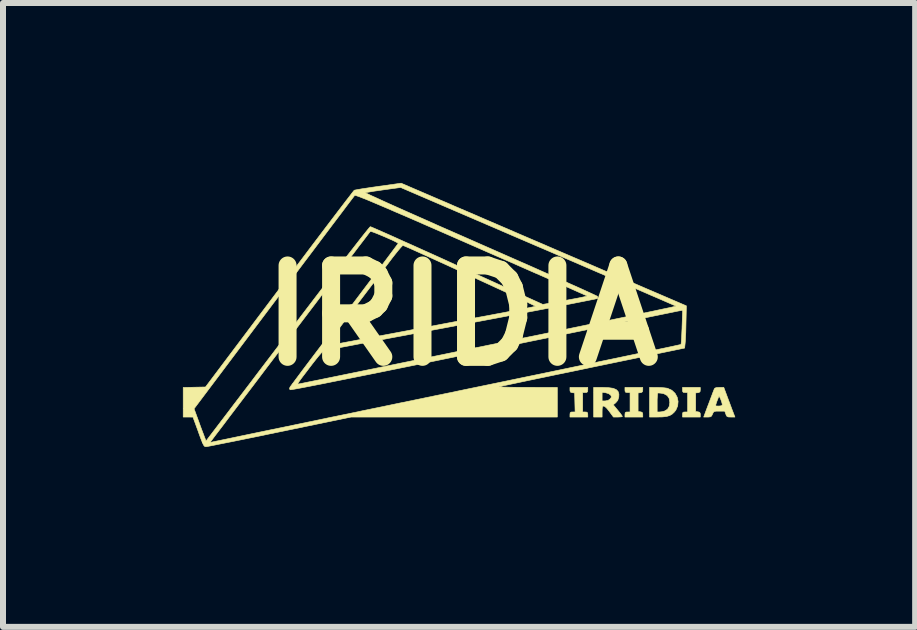
<source format=kicad_pcb>
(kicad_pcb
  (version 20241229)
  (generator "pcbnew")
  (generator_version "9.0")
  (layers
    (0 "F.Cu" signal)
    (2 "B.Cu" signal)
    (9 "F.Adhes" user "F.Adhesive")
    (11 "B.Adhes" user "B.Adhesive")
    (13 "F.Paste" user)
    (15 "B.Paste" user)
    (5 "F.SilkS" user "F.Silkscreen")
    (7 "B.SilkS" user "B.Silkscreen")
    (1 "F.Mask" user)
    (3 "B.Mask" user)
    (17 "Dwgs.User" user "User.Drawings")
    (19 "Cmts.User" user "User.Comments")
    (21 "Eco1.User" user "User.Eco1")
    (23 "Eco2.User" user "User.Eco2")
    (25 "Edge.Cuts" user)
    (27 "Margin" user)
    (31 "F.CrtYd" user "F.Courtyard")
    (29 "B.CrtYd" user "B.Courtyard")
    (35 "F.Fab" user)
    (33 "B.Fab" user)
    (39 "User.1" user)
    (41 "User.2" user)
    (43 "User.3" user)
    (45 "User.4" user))
  (footprint "IRIDIA"
    (layer "F.Cu")
    (at 4.648 2.211)
    (property "Reference" "IRIDIA" (at 0 0 0) (layer "F.SilkS") (effects (font (size 1.524 1.524) (thickness 0.3))))
    (attr through_hole)
    (fp_poly (pts (xy 2.103 1.242) (xy 2.099 1.272) (xy 2.083 1.283) (xy 2.06 1.284) (xy 2.018 1.284) (xy 2.018 1.609) (xy 2.06 1.609) (xy 2.09 1.612) (xy 2.101 1.629) (xy 2.103 1.651) (xy 2.103 1.693) (xy 1.806 1.693) (xy 1.806 1.651) (xy 1.81 1.621) (xy 1.826 1.61) (xy 1.849 1.609) (xy 1.892 1.609) (xy 1.884 1.291) (xy 1.845 1.287) (xy 1.817 1.279) (xy 1.807 1.257) (xy 1.806 1.241) (xy 1.806 1.199) (xy 2.103 1.199) (xy 2.103 1.242)) (stroke (width 0.01) (type solid)) (fill yes) (layer "F.SilkS"))
    (fp_poly (pts (xy 3.02 1.241) (xy 3.015 1.271) (xy 2.996 1.284) (xy 2.981 1.287) (xy 2.942 1.291) (xy 2.942 1.602) (xy 2.981 1.606) (xy 3.009 1.614) (xy 3.019 1.636) (xy 3.02 1.652) (xy 3.02 1.693) (xy 2.723 1.693) (xy 2.723 1.651) (xy 2.727 1.621) (xy 2.743 1.61) (xy 2.766 1.609) (xy 2.808 1.609) (xy 2.808 1.284) (xy 2.766 1.284) (xy 2.736 1.281) (xy 2.725 1.264) (xy 2.723 1.242) (xy 2.723 1.199) (xy 3.02 1.199) (xy 3.02 1.241)) (stroke (width 0.01) (type solid)) (fill yes) (layer "F.SilkS"))
    (fp_poly (pts (xy 3.979 1.241) (xy 3.975 1.271) (xy 3.956 1.284) (xy 3.941 1.287) (xy 3.902 1.291) (xy 3.902 1.602) (xy 3.941 1.606) (xy 3.969 1.614) (xy 3.979 1.636) (xy 3.979 1.652) (xy 3.979 1.693) (xy 3.683 1.693) (xy 3.683 1.651) (xy 3.686 1.621) (xy 3.703 1.61) (xy 3.725 1.609) (xy 3.768 1.609) (xy 3.768 1.284) (xy 3.725 1.284) (xy 3.695 1.281) (xy 3.684 1.264) (xy 3.683 1.242) (xy 3.683 1.199) (xy 3.979 1.199) (xy 3.979 1.241)) (stroke (width 0.01) (type solid)) (fill yes) (layer "F.SilkS"))
    (fp_poly (pts (xy 3.256 1.2) (xy 3.32 1.201) (xy 3.38 1.206) (xy 3.425 1.212) (xy 3.433 1.214) (xy 3.505 1.247) (xy 3.559 1.298) (xy 3.594 1.362) (xy 3.609 1.433) (xy 3.602 1.507) (xy 3.572 1.577) (xy 3.547 1.609) (xy 3.51 1.644) (xy 3.469 1.668) (xy 3.418 1.683) (xy 3.351 1.691) (xy 3.263 1.693) (xy 3.133 1.693) (xy 3.133 1.454) (xy 3.26 1.454) (xy 3.26 1.609) (xy 3.3 1.609) (xy 3.343 1.604) (xy 3.384 1.593) (xy 3.433 1.563) (xy 3.462 1.513) (xy 3.471 1.448) (xy 3.46 1.382) (xy 3.428 1.335) (xy 3.373 1.305) (xy 3.344 1.298) (xy 3.304 1.293) (xy 3.276 1.292) (xy 3.27 1.293) (xy 3.266 1.309) (xy 3.263 1.347) (xy 3.26 1.402) (xy 3.26 1.454) (xy 3.133 1.454) (xy 3.133 1.199) (xy 3.256 1.2)) (stroke (width 0.01) (type solid)) (fill yes) (layer "F.SilkS"))
    (fp_poly (pts (xy 2.45 1.203) (xy 2.525 1.214) (xy 2.577 1.235) (xy 2.608 1.266) (xy 2.622 1.31) (xy 2.62 1.36) (xy 2.603 1.415) (xy 2.57 1.454) (xy 2.528 1.489) (xy 2.604 1.581) (xy 2.639 1.624) (xy 2.665 1.659) (xy 2.679 1.68) (xy 2.68 1.683) (xy 2.668 1.689) (xy 2.636 1.692) (xy 2.606 1.693) (xy 2.531 1.693) (xy 2.464 1.602) (xy 2.423 1.55) (xy 2.39 1.519) (xy 2.37 1.51) (xy 2.355 1.513) (xy 2.347 1.527) (xy 2.343 1.557) (xy 2.342 1.602) (xy 2.342 1.693) (xy 2.201 1.693) (xy 2.201 1.425) (xy 2.342 1.425) (xy 2.392 1.425) (xy 2.442 1.415) (xy 2.469 1.397) (xy 2.49 1.373) (xy 2.498 1.357) (xy 2.485 1.327) (xy 2.451 1.303) (xy 2.402 1.288) (xy 2.402 1.288) (xy 2.342 1.28) (xy 2.342 1.425) (xy 2.201 1.425) (xy 2.201 1.199) (xy 2.35 1.199) (xy 2.45 1.203)) (stroke (width 0.01) (type solid)) (fill yes) (layer "F.SilkS"))
    (fp_poly (pts (xy 4.438 1.379) (xy 4.466 1.453) (xy 4.492 1.523) (xy 4.514 1.582) (xy 4.53 1.623) (xy 4.531 1.626) (xy 4.557 1.693) (xy 4.49 1.693) (xy 4.449 1.692) (xy 4.426 1.684) (xy 4.412 1.664) (xy 4.405 1.644) (xy 4.387 1.595) (xy 4.295 1.595) (xy 4.246 1.595) (xy 4.217 1.599) (xy 4.2 1.61) (xy 4.188 1.632) (xy 4.183 1.644) (xy 4.168 1.675) (xy 4.149 1.689) (xy 4.116 1.693) (xy 4.099 1.693) (xy 4.036 1.693) (xy 4.078 1.58) (xy 4.106 1.505) (xy 4.233 1.505) (xy 4.246 1.508) (xy 4.277 1.51) (xy 4.29 1.51) (xy 4.331 1.505) (xy 4.346 1.492) (xy 4.346 1.491) (xy 4.342 1.463) (xy 4.331 1.427) (xy 4.317 1.39) (xy 4.303 1.361) (xy 4.292 1.349) (xy 4.29 1.35) (xy 4.281 1.367) (xy 4.267 1.402) (xy 4.252 1.442) (xy 4.24 1.48) (xy 4.234 1.503) (xy 4.233 1.505) (xy 4.106 1.505) (xy 4.111 1.493) (xy 4.142 1.41) (xy 4.17 1.336) (xy 4.192 1.277) (xy 4.208 1.237) (xy 4.212 1.224) (xy 4.226 1.209) (xy 4.254 1.201) (xy 4.296 1.199) (xy 4.371 1.199) (xy 4.438 1.379)) (stroke (width 0.01) (type solid)) (fill yes) (layer "F.SilkS"))
    (fp_poly (pts (xy -0.367 -1.93) (xy -0.251 -1.881) (xy -0.114 -1.821) (xy 0.043 -1.754) (xy 0.216 -1.68) (xy 0.4 -1.6) (xy 0.593 -1.517) (xy 0.791 -1.432) (xy 0.99 -1.346) (xy 1.188 -1.261) (xy 1.38 -1.179) (xy 1.432 -1.156) (xy 1.62 -1.075) (xy 1.813 -0.992) (xy 2.007 -0.909) (xy 2.2 -0.826) (xy 2.387 -0.745) (xy 2.567 -0.668) (xy 2.734 -0.596) (xy 2.887 -0.531) (xy 3.021 -0.473) (xy 3.134 -0.424) (xy 3.168 -0.41) (xy 3.747 -0.161) (xy 3.741 0.107) (xy 3.739 0.197) (xy 3.737 0.285) (xy 3.733 0.362) (xy 3.73 0.423) (xy 3.727 0.458) (xy 3.718 0.543) (xy 2.18 0.861) (xy 1.976 0.904) (xy 1.779 0.945) (xy 1.592 0.983) (xy 1.416 1.02) (xy 1.253 1.054) (xy 1.104 1.085) (xy 0.972 1.113) (xy 0.859 1.137) (xy 0.765 1.157) (xy 0.693 1.172) (xy 0.645 1.183) (xy 0.622 1.188) (xy 0.621 1.189) (xy 0.629 1.191) (xy 0.663 1.193) (xy 0.719 1.194) (xy 0.794 1.196) (xy 0.886 1.197) (xy 0.991 1.198) (xy 1.097 1.198) (xy 1.595 1.199) (xy 1.595 1.693) (xy -1.843 1.693) (xy -3.035 1.94) (xy -3.215 1.977) (xy -3.387 2.013) (xy -3.55 2.046) (xy -3.701 2.077) (xy -3.839 2.105) (xy -3.961 2.129) (xy -4.066 2.15) (xy -4.15 2.167) (xy -4.213 2.179) (xy -4.251 2.186) (xy -4.263 2.187) (xy -4.277 2.186) (xy -4.289 2.179) (xy -4.301 2.164) (xy -4.315 2.137) (xy -4.325 2.114) (xy -4.186 2.114) (xy -4.168 2.112) (xy -4.152 2.108) (xy -4.11 2.099) (xy -4.042 2.085) (xy -3.95 2.066) (xy -3.835 2.042) (xy -3.697 2.013) (xy -3.539 1.98) (xy -3.361 1.943) (xy -3.164 1.902) (xy -2.949 1.858) (xy -2.718 1.81) (xy -2.472 1.759) (xy -2.211 1.704) (xy -1.937 1.648) (xy -1.651 1.588) (xy -1.354 1.527) (xy -1.047 1.463) (xy -0.731 1.398) (xy -0.408 1.331) (xy -0.247 1.298) (xy 0.079 1.23) (xy 0.399 1.164) (xy 0.709 1.1) (xy 1.011 1.037) (xy 1.302 0.977) (xy 1.581 0.919) (xy 1.848 0.863) (xy 2.1 0.811) (xy 2.338 0.761) (xy 2.56 0.715) (xy 2.765 0.672) (xy 2.951 0.633) (xy 3.118 0.598) (xy 3.265 0.567) (xy 3.39 0.541) (xy 3.493 0.519) (xy 3.571 0.502) (xy 3.625 0.49) (xy 3.653 0.484) (xy 3.657 0.483) (xy 3.66 0.466) (xy 3.664 0.426) (xy 3.668 0.366) (xy 3.671 0.292) (xy 3.675 0.207) (xy 3.675 0.193) (xy 3.685 -0.088) (xy 3.631 -0.078) (xy 3.613 -0.075) (xy 3.568 -0.066) (xy 3.497 -0.051) (xy 3.403 -0.032) (xy 3.286 -0.008) (xy 3.148 0.02) (xy 2.99 0.053) (xy 2.812 0.089) (xy 2.617 0.129) (xy 2.406 0.172) (xy 2.179 0.219) (xy 1.938 0.268) (xy 1.684 0.32) (xy 1.419 0.375) (xy 1.144 0.431) (xy 0.86 0.49) (xy 0.568 0.55) (xy 0.367 0.591) (xy -0.041 0.675) (xy -0.422 0.753) (xy -0.775 0.826) (xy -1.1 0.892) (xy -1.398 0.953) (xy -1.668 1.007) (xy -1.911 1.056) (xy -2.126 1.099) (xy -2.314 1.137) (xy -2.473 1.168) (xy -2.606 1.194) (xy -2.711 1.214) (xy -2.788 1.228) (xy -2.837 1.236) (xy -2.86 1.238) (xy -2.861 1.238) (xy -2.871 1.22) (xy -2.863 1.196) (xy -2.852 1.18) (xy -2.825 1.143) (xy -2.82 1.137) (xy -2.731 1.137) (xy -2.73 1.143) (xy -2.723 1.143) (xy -2.712 1.141) (xy -2.708 1.14) (xy -2.691 1.137) (xy -2.648 1.128) (xy -2.58 1.114) (xy -2.487 1.095) (xy -2.372 1.072) (xy -2.236 1.044) (xy -2.079 1.012) (xy -1.904 0.976) (xy -1.711 0.937) (xy -1.501 0.894) (xy -1.277 0.848) (xy -1.038 0.799) (xy -0.787 0.748) (xy -0.524 0.694) (xy -0.251 0.638) (xy 0.03 0.58) (xy 0.32 0.521) (xy 0.455 0.493) (xy 0.747 0.434) (xy 1.031 0.375) (xy 1.307 0.319) (xy 1.573 0.264) (xy 1.828 0.211) (xy 2.07 0.161) (xy 2.299 0.114) (xy 2.513 0.069) (xy 2.711 0.028) (xy 2.892 -0.01) (xy 3.054 -0.044) (xy 3.197 -0.074) (xy 3.318 -0.1) (xy 3.418 -0.121) (xy 3.494 -0.137) (xy 3.545 -0.149) (xy 3.571 -0.155) (xy 3.574 -0.156) (xy 3.56 -0.163) (xy 3.521 -0.18) (xy 3.459 -0.207) (xy 3.376 -0.243) (xy 3.271 -0.289) (xy 3.147 -0.342) (xy 3.005 -0.404) (xy 2.847 -0.472) (xy 2.673 -0.548) (xy 2.485 -0.629) (xy 2.284 -0.715) (xy 2.071 -0.807) (xy 1.849 -0.903) (xy 1.618 -1.002) (xy 1.379 -1.105) (xy 1.273 -1.15) (xy -1.017 -2.135) (xy -1.302 -2.096) (xy -1.39 -2.083) (xy -1.468 -2.072) (xy -1.532 -2.061) (xy -1.579 -2.053) (xy -1.603 -2.048) (xy -1.604 -2.047) (xy -1.594 -2.041) (xy -1.559 -2.024) (xy -1.5 -1.996) (xy -1.42 -1.96) (xy -1.32 -1.914) (xy -1.201 -1.86) (xy -1.065 -1.799) (xy -0.912 -1.731) (xy -0.745 -1.657) (xy -0.564 -1.577) (xy -0.372 -1.491) (xy -0.169 -1.402) (xy 0.043 -1.309) (xy 0.263 -1.212) (xy 0.315 -1.189) (xy 0.536 -1.092) (xy 0.751 -0.997) (xy 0.958 -0.906) (xy 1.154 -0.82) (xy 1.34 -0.737) (xy 1.512 -0.661) (xy 1.671 -0.59) (xy 1.813 -0.526) (xy 1.939 -0.47) (xy 2.047 -0.421) (xy 2.134 -0.381) (xy 2.201 -0.35) (xy 2.244 -0.33) (xy 2.264 -0.319) (xy 2.265 -0.319) (xy 2.27 -0.293) (xy 2.265 -0.284) (xy 2.249 -0.28) (xy 2.208 -0.271) (xy 2.142 -0.258) (xy 2.052 -0.24) (xy 1.941 -0.218) (xy 1.809 -0.192) (xy 1.658 -0.163) (xy 1.49 -0.13) (xy 1.305 -0.095) (xy 1.106 -0.057) (xy 0.894 -0.017) (xy 0.671 0.026) (xy 0.437 0.07) (xy 0.194 0.116) (xy -0.014 0.155) (xy -0.263 0.202) (xy -0.504 0.247) (xy -0.737 0.291) (xy -0.959 0.333) (xy -1.17 0.372) (xy -1.367 0.41) (xy -1.55 0.444) (xy -1.716 0.475) (xy -1.865 0.504) (xy -1.994 0.528) (xy -2.103 0.549) (xy -2.19 0.565) (xy -2.254 0.578) (xy -2.292 0.585) (xy -2.303 0.587) (xy -2.319 0.6) (xy -2.348 0.633) (xy -2.389 0.681) (xy -2.438 0.742) (xy -2.493 0.812) (xy -2.523 0.851) (xy -2.591 0.941) (xy -2.644 1.01) (xy -2.683 1.062) (xy -2.709 1.099) (xy -2.725 1.123) (xy -2.731 1.137) (xy -2.82 1.137) (xy -2.784 1.088) (xy -2.731 1.017) (xy -2.668 0.932) (xy -2.595 0.835) (xy -2.515 0.729) (xy -2.428 0.614) (xy -2.365 0.531) (xy -2.346 0.506) (xy -2.253 0.506) (xy -2.236 0.506) (xy -2.228 0.504) (xy -2.206 0.499) (xy -2.16 0.49) (xy -2.094 0.477) (xy -2.011 0.461) (xy -1.916 0.443) (xy -1.811 0.424) (xy -1.778 0.417) (xy -1.677 0.398) (xy -1.552 0.375) (xy -1.411 0.348) (xy -1.256 0.319) (xy -1.095 0.289) (xy -0.93 0.258) (xy -0.769 0.227) (xy -0.649 0.205) (xy -0.484 0.174) (xy -0.306 0.14) (xy -0.12 0.105) (xy 0.067 0.07) (xy 0.248 0.036) (xy 0.418 0.005) (xy 0.57 -0.024) (xy 0.642 -0.037) (xy 0.766 -0.061) (xy 0.882 -0.083) (xy 0.986 -0.103) (xy 1.075 -0.12) (xy 1.147 -0.135) (xy 1.199 -0.146) (xy 1.227 -0.153) (xy 1.231 -0.154) (xy 1.22 -0.161) (xy 1.185 -0.178) (xy 1.129 -0.205) (xy 1.054 -0.241) (xy 0.962 -0.284) (xy 0.856 -0.333) (xy 0.738 -0.388) (xy 0.61 -0.447) (xy 0.474 -0.51) (xy 0.332 -0.575) (xy 0.188 -0.642) (xy 0.042 -0.708) (xy -0.102 -0.774) (xy -0.243 -0.839) (xy -0.378 -0.9) (xy -0.505 -0.958) (xy -0.622 -1.011) (xy -0.726 -1.058) (xy -0.815 -1.098) (xy -0.887 -1.13) (xy -0.941 -1.153) (xy -0.972 -1.166) (xy -0.979 -1.168) (xy -0.992 -1.159) (xy -1.02 -1.129) (xy -1.059 -1.083) (xy -1.107 -1.023) (xy -1.162 -0.953) (xy -1.207 -0.893) (xy -1.261 -0.822) (xy -1.329 -0.732) (xy -1.408 -0.628) (xy -1.494 -0.512) (xy -1.587 -0.39) (xy -1.681 -0.266) (xy -1.774 -0.142) (xy -1.828 -0.071) (xy -1.91 0.038) (xy -1.988 0.141) (xy -2.058 0.235) (xy -2.12 0.317) (xy -2.172 0.387) (xy -2.212 0.441) (xy -2.239 0.476) (xy -2.25 0.492) (xy -2.25 0.492) (xy -2.253 0.506) (xy -2.346 0.506) (xy -2.192 0.303) (xy -2.03 0.088) (xy -1.877 -0.113) (xy -1.736 -0.3) (xy -1.607 -0.471) (xy -1.49 -0.626) (xy -1.385 -0.765) (xy -1.294 -0.886) (xy -1.217 -0.989) (xy -1.155 -1.072) (xy -1.107 -1.136) (xy -1.075 -1.179) (xy -1.06 -1.201) (xy -1.058 -1.204) (xy -1.071 -1.213) (xy -1.104 -1.231) (xy -1.153 -1.255) (xy -1.214 -1.282) (xy -1.28 -1.311) (xy -1.347 -1.339) (xy -1.41 -1.365) (xy -1.463 -1.386) (xy -1.502 -1.399) (xy -1.521 -1.403) (xy -1.522 -1.403) (xy -1.533 -1.39) (xy -1.559 -1.356) (xy -1.6 -1.302) (xy -1.654 -1.231) (xy -1.722 -1.143) (xy -1.8 -1.039) (xy -1.889 -0.923) (xy -1.987 -0.794) (xy -2.093 -0.654) (xy -2.206 -0.506) (xy -2.325 -0.35) (xy -2.448 -0.187) (xy -2.575 -0.02) (xy -2.704 0.15) (xy -2.835 0.322) (xy -2.965 0.494) (xy -3.095 0.665) (xy -3.223 0.833) (xy -3.347 0.997) (xy -3.467 1.156) (xy -3.582 1.307) (xy -3.69 1.449) (xy -3.79 1.581) (xy -3.882 1.702) (xy -3.963 1.81) (xy -4.034 1.903) (xy -4.092 1.979) (xy -4.137 2.039) (xy -4.167 2.079) (xy -4.182 2.099) (xy -4.183 2.101) (xy -4.186 2.114) (xy -4.325 2.114) (xy -4.333 2.094) (xy -4.357 2.032) (xy -4.388 1.947) (xy -4.39 1.94) (xy -4.48 1.694) (xy -4.561 1.693) (xy -4.643 1.693) (xy -4.643 1.555) (xy -4.462 1.555) (xy -4.381 1.776) (xy -4.353 1.854) (xy -4.326 1.926) (xy -4.303 1.986) (xy -4.287 2.029) (xy -4.281 2.044) (xy -4.262 2.092) (xy -3.983 1.726) (xy -3.938 1.667) (xy -3.878 1.588) (xy -3.804 1.49) (xy -3.716 1.375) (xy -3.617 1.245) (xy -3.508 1.102) (xy -3.391 0.947) (xy -3.266 0.783) (xy -3.135 0.611) (xy -3 0.433) (xy -2.861 0.251) (xy -2.721 0.066) (xy -2.625 -0.06) (xy -2.487 -0.241) (xy -2.355 -0.414) (xy -2.229 -0.579) (xy -2.11 -0.735) (xy -1.999 -0.879) (xy -1.897 -1.011) (xy -1.805 -1.129) (xy -1.725 -1.232) (xy -1.656 -1.32) (xy -1.601 -1.389) (xy -1.56 -1.44) (xy -1.533 -1.472) (xy -1.523 -1.481) (xy -1.508 -1.476) (xy -1.468 -1.459) (xy -1.406 -1.432) (xy -1.324 -1.396) (xy -1.222 -1.351) (xy -1.103 -1.298) (xy -0.969 -1.237) (xy -0.82 -1.171) (xy -0.659 -1.098) (xy -0.487 -1.021) (xy -0.306 -0.939) (xy -0.118 -0.853) (xy -0.074 -0.833) (xy 1.353 -0.185) (xy 1.727 -0.251) (xy 1.825 -0.269) (xy 1.913 -0.285) (xy 1.987 -0.3) (xy 2.044 -0.312) (xy 2.08 -0.321) (xy 2.092 -0.326) (xy 2.092 -0.326) (xy 2.078 -0.333) (xy 2.039 -0.35) (xy 1.978 -0.377) (xy 1.895 -0.414) (xy 1.792 -0.46) (xy 1.67 -0.514) (xy 1.531 -0.575) (xy 1.377 -0.643) (xy 1.207 -0.717) (xy 1.025 -0.797) (xy 0.831 -0.883) (xy 0.627 -0.972) (xy 0.414 -1.065) (xy 0.194 -1.162) (xy 0.157 -1.178) (xy -0.11 -1.295) (xy -0.352 -1.401) (xy -0.57 -1.496) (xy -0.766 -1.582) (xy -0.941 -1.658) (xy -1.096 -1.724) (xy -1.231 -1.783) (xy -1.349 -1.833) (xy -1.45 -1.876) (xy -1.535 -1.912) (xy -1.605 -1.941) (xy -1.662 -1.963) (xy -1.707 -1.981) (xy -1.74 -1.992) (xy -1.763 -2) (xy -1.778 -2.003) (xy -1.784 -2.002) (xy -1.785 -2.002) (xy -1.795 -1.988) (xy -1.821 -1.954) (xy -1.863 -1.899) (xy -1.918 -1.826) (xy -1.987 -1.734) (xy -2.068 -1.627) (xy -2.161 -1.504) (xy -2.264 -1.367) (xy -2.377 -1.217) (xy -2.498 -1.056) (xy -2.628 -0.884) (xy -2.763 -0.704) (xy -2.905 -0.515) (xy -3.052 -0.32) (xy -3.132 -0.214) (xy -4.462 1.555) (xy -4.643 1.555) (xy -4.643 1.2) (xy -4.457 1.196) (xy -4.271 1.192) (xy -3.041 -0.443) (xy -2.897 -0.633) (xy -2.758 -0.818) (xy -2.625 -0.994) (xy -2.498 -1.163) (xy -2.378 -1.321) (xy -2.267 -1.468) (xy -2.165 -1.602) (xy -2.073 -1.723) (xy -1.992 -1.829) (xy -1.924 -1.918) (xy -1.868 -1.99) (xy -1.827 -2.044) (xy -1.801 -2.077) (xy -1.79 -2.089) (xy -1.772 -2.093) (xy -1.729 -2.101) (xy -1.666 -2.112) (xy -1.586 -2.124) (xy -1.494 -2.138) (xy -1.393 -2.152) (xy -1.39 -2.153) (xy -1.009 -2.206) (xy -0.367 -1.93)) (stroke (width 0.01) (type solid)) (fill yes) (layer "F.SilkS")))
  (gr_rect
    (start -3 -3)
    (end 12.21 7.403)
    (stroke (width 0.1) (type default))
    (fill no)
    (layer "Edge.Cuts")))
</source>
